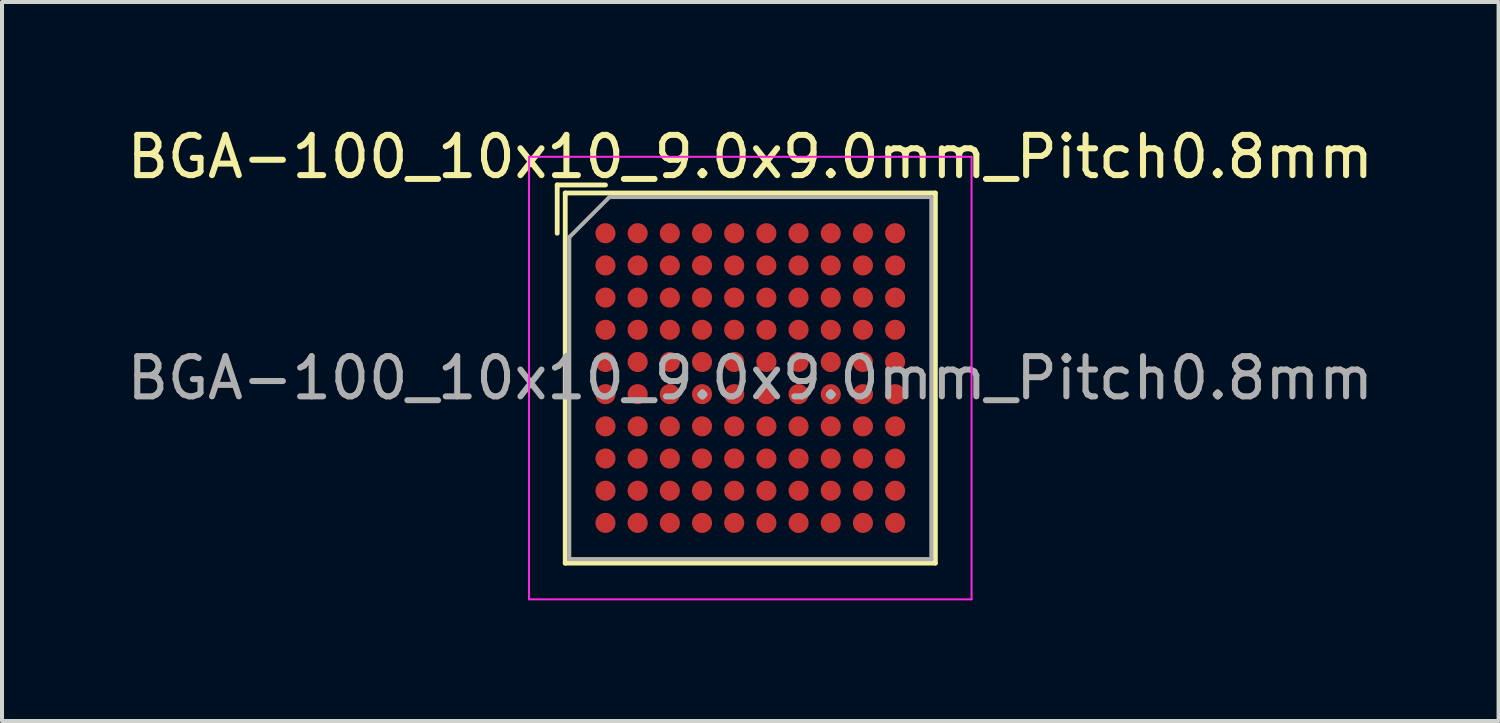
<source format=kicad_pcb>
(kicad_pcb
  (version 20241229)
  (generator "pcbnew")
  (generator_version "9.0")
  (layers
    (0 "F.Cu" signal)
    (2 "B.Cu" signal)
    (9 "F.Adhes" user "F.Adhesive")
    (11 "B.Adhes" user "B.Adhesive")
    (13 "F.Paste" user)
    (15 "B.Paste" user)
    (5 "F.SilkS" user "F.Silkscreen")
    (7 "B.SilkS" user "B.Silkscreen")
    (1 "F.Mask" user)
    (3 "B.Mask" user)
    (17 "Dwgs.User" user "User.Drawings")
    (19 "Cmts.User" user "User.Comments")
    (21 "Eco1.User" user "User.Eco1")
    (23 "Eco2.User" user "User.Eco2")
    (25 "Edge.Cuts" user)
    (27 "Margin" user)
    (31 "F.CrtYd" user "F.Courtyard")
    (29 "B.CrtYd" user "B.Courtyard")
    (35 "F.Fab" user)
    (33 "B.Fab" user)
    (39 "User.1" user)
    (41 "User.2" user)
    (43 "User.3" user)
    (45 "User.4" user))
  (footprint "BGA-100_10x10_9.0x9.0mm_Pitch0.8mm"
    (layer "F.Cu")
    (at 15.601 6.348)
    (property "Reference" "BGA-100_10x10_9.0x9.0mm_Pitch0.8mm" (at 0 -5.5 0) (layer "F.SilkS") (effects (font (size 1 1) (thickness 0.15))))
    (attr smd)
    (fp_line (start -4.8 -4.8) (end -3.6 -4.8) (stroke (width 0.12) (type solid)) (layer "F.SilkS"))
    (fp_line (start -4.8 -3.6) (end -4.8 -4.8) (stroke (width 0.12) (type solid)) (layer "F.SilkS"))
    (fp_line (start -4.6 -4.6) (end -4.6 4.6) (stroke (width 0.12) (type solid)) (layer "F.SilkS"))
    (fp_line (start -4.6 4.6) (end 4.6 4.6) (stroke (width 0.12) (type solid)) (layer "F.SilkS"))
    (fp_line (start 4.6 -4.6) (end -4.6 -4.6) (stroke (width 0.12) (type solid)) (layer "F.SilkS"))
    (fp_line (start 4.6 4.6) (end 4.6 -4.6) (stroke (width 0.12) (type solid)) (layer "F.SilkS"))
    (fp_line (start -5.5 -5.5) (end -5.5 5.5) (stroke (width 0.05) (type solid)) (layer "F.CrtYd"))
    (fp_line (start -5.5 -5.5) (end 5.5 -5.5) (stroke (width 0.05) (type solid)) (layer "F.CrtYd"))
    (fp_line (start 5.5 5.5) (end -5.5 5.5) (stroke (width 0.05) (type solid)) (layer "F.CrtYd"))
    (fp_line (start 5.5 5.5) (end 5.5 -5.5) (stroke (width 0.05) (type solid)) (layer "F.CrtYd"))
    (fp_line (start -4.5 -3.5) (end -4.5 4.5) (stroke (width 0.1) (type solid)) (layer "F.Fab"))
    (fp_line (start -4.5 4.5) (end 4.5 4.5) (stroke (width 0.1) (type solid)) (layer "F.Fab"))
    (fp_line (start -3.5 -4.5) (end -4.5 -3.5) (stroke (width 0.1) (type solid)) (layer "F.Fab"))
    (fp_line (start 4.5 -4.5) (end -3.5 -4.5) (stroke (width 0.1) (type solid)) (layer "F.Fab"))
    (fp_line (start 4.5 4.5) (end 4.5 -4.5) (stroke (width 0.1) (type solid)) (layer "F.Fab"))
    (fp_text user "${REFERENCE}" (at 0 0 0) (layer "F.Fab") (effects (font (size 1 1) (thickness 0.15))))
    (pad "A1" smd circle (at -3.6 -3.6) (size 0.5 0.5) (layers "F.Cu" "F.Mask" "F.Paste"))
    (pad "A2" smd circle (at -2.8 -3.6) (size 0.5 0.5) (layers "F.Cu" "F.Mask" "F.Paste"))
    (pad "A3" smd circle (at -2 -3.6) (size 0.5 0.5) (layers "F.Cu" "F.Mask" "F.Paste"))
    (pad "A4" smd circle (at -1.2 -3.6) (size 0.5 0.5) (layers "F.Cu" "F.Mask" "F.Paste"))
    (pad "A5" smd circle (at -0.4 -3.6) (size 0.5 0.5) (layers "F.Cu" "F.Mask" "F.Paste"))
    (pad "A6" smd circle (at 0.4 -3.6) (size 0.5 0.5) (layers "F.Cu" "F.Mask" "F.Paste"))
    (pad "A7" smd circle (at 1.2 -3.6) (size 0.5 0.5) (layers "F.Cu" "F.Mask" "F.Paste"))
    (pad "A8" smd circle (at 2 -3.6) (size 0.5 0.5) (layers "F.Cu" "F.Mask" "F.Paste"))
    (pad "A9" smd circle (at 2.8 -3.6) (size 0.5 0.5) (layers "F.Cu" "F.Mask" "F.Paste"))
    (pad "A10" smd circle (at 3.6 -3.6) (size 0.5 0.5) (layers "F.Cu" "F.Mask" "F.Paste"))
    (pad "B1" smd circle (at -3.6 -2.8) (size 0.5 0.5) (layers "F.Cu" "F.Mask" "F.Paste"))
    (pad "B2" smd circle (at -2.8 -2.8) (size 0.5 0.5) (layers "F.Cu" "F.Mask" "F.Paste"))
    (pad "B3" smd circle (at -2 -2.8) (size 0.5 0.5) (layers "F.Cu" "F.Mask" "F.Paste"))
    (pad "B4" smd circle (at -1.2 -2.8) (size 0.5 0.5) (layers "F.Cu" "F.Mask" "F.Paste"))
    (pad "B5" smd circle (at -0.4 -2.8) (size 0.5 0.5) (layers "F.Cu" "F.Mask" "F.Paste"))
    (pad "B6" smd circle (at 0.4 -2.8) (size 0.5 0.5) (layers "F.Cu" "F.Mask" "F.Paste"))
    (pad "B7" smd circle (at 1.2 -2.8) (size 0.5 0.5) (layers "F.Cu" "F.Mask" "F.Paste"))
    (pad "B8" smd circle (at 2 -2.8) (size 0.5 0.5) (layers "F.Cu" "F.Mask" "F.Paste"))
    (pad "B9" smd circle (at 2.8 -2.8) (size 0.5 0.5) (layers "F.Cu" "F.Mask" "F.Paste"))
    (pad "B10" smd circle (at 3.6 -2.8) (size 0.5 0.5) (layers "F.Cu" "F.Mask" "F.Paste"))
    (pad "C1" smd circle (at -3.6 -2) (size 0.5 0.5) (layers "F.Cu" "F.Mask" "F.Paste"))
    (pad "C2" smd circle (at -2.8 -2) (size 0.5 0.5) (layers "F.Cu" "F.Mask" "F.Paste"))
    (pad "C3" smd circle (at -2 -2) (size 0.5 0.5) (layers "F.Cu" "F.Mask" "F.Paste"))
    (pad "C4" smd circle (at -1.2 -2) (size 0.5 0.5) (layers "F.Cu" "F.Mask" "F.Paste"))
    (pad "C5" smd circle (at -0.4 -2) (size 0.5 0.5) (layers "F.Cu" "F.Mask" "F.Paste"))
    (pad "C6" smd circle (at 0.4 -2) (size 0.5 0.5) (layers "F.Cu" "F.Mask" "F.Paste"))
    (pad "C7" smd circle (at 1.2 -2) (size 0.5 0.5) (layers "F.Cu" "F.Mask" "F.Paste"))
    (pad "C8" smd circle (at 2 -2) (size 0.5 0.5) (layers "F.Cu" "F.Mask" "F.Paste"))
    (pad "C9" smd circle (at 2.8 -2) (size 0.5 0.5) (layers "F.Cu" "F.Mask" "F.Paste"))
    (pad "C10" smd circle (at 3.6 -2) (size 0.5 0.5) (layers "F.Cu" "F.Mask" "F.Paste"))
    (pad "D1" smd circle (at -3.6 -1.2) (size 0.5 0.5) (layers "F.Cu" "F.Mask" "F.Paste"))
    (pad "D2" smd circle (at -2.8 -1.2) (size 0.5 0.5) (layers "F.Cu" "F.Mask" "F.Paste"))
    (pad "D3" smd circle (at -2 -1.2) (size 0.5 0.5) (layers "F.Cu" "F.Mask" "F.Paste"))
    (pad "D4" smd circle (at -1.2 -1.2) (size 0.5 0.5) (layers "F.Cu" "F.Mask" "F.Paste"))
    (pad "D5" smd circle (at -0.4 -1.2) (size 0.5 0.5) (layers "F.Cu" "F.Mask" "F.Paste"))
    (pad "D6" smd circle (at 0.4 -1.2) (size 0.5 0.5) (layers "F.Cu" "F.Mask" "F.Paste"))
    (pad "D7" smd circle (at 1.2 -1.2) (size 0.5 0.5) (layers "F.Cu" "F.Mask" "F.Paste"))
    (pad "D8" smd circle (at 2 -1.2) (size 0.5 0.5) (layers "F.Cu" "F.Mask" "F.Paste"))
    (pad "D9" smd circle (at 2.8 -1.2) (size 0.5 0.5) (layers "F.Cu" "F.Mask" "F.Paste"))
    (pad "D10" smd circle (at 3.6 -1.2) (size 0.5 0.5) (layers "F.Cu" "F.Mask" "F.Paste"))
    (pad "E1" smd circle (at -3.6 -0.4) (size 0.5 0.5) (layers "F.Cu" "F.Mask" "F.Paste"))
    (pad "E2" smd circle (at -2.8 -0.4) (size 0.5 0.5) (layers "F.Cu" "F.Mask" "F.Paste"))
    (pad "E3" smd circle (at -2 -0.4) (size 0.5 0.5) (layers "F.Cu" "F.Mask" "F.Paste"))
    (pad "E4" smd circle (at -1.2 -0.4) (size 0.5 0.5) (layers "F.Cu" "F.Mask" "F.Paste"))
    (pad "E5" smd circle (at -0.4 -0.4) (size 0.5 0.5) (layers "F.Cu" "F.Mask" "F.Paste"))
    (pad "E6" smd circle (at 0.4 -0.4) (size 0.5 0.5) (layers "F.Cu" "F.Mask" "F.Paste"))
    (pad "E7" smd circle (at 1.2 -0.4) (size 0.5 0.5) (layers "F.Cu" "F.Mask" "F.Paste"))
    (pad "E8" smd circle (at 2 -0.4) (size 0.5 0.5) (layers "F.Cu" "F.Mask" "F.Paste"))
    (pad "E9" smd circle (at 2.8 -0.4) (size 0.5 0.5) (layers "F.Cu" "F.Mask" "F.Paste"))
    (pad "E10" smd circle (at 3.6 -0.4) (size 0.5 0.5) (layers "F.Cu" "F.Mask" "F.Paste"))
    (pad "F1" smd circle (at -3.6 0.4) (size 0.5 0.5) (layers "F.Cu" "F.Mask" "F.Paste"))
    (pad "F2" smd circle (at -2.8 0.4) (size 0.5 0.5) (layers "F.Cu" "F.Mask" "F.Paste"))
    (pad "F3" smd circle (at -2 0.4) (size 0.5 0.5) (layers "F.Cu" "F.Mask" "F.Paste"))
    (pad "F4" smd circle (at -1.2 0.4) (size 0.5 0.5) (layers "F.Cu" "F.Mask" "F.Paste"))
    (pad "F5" smd circle (at -0.4 0.4) (size 0.5 0.5) (layers "F.Cu" "F.Mask" "F.Paste"))
    (pad "F6" smd circle (at 0.4 0.4) (size 0.5 0.5) (layers "F.Cu" "F.Mask" "F.Paste"))
    (pad "F7" smd circle (at 1.2 0.4) (size 0.5 0.5) (layers "F.Cu" "F.Mask" "F.Paste"))
    (pad "F8" smd circle (at 2 0.4) (size 0.5 0.5) (layers "F.Cu" "F.Mask" "F.Paste"))
    (pad "F9" smd circle (at 2.8 0.4) (size 0.5 0.5) (layers "F.Cu" "F.Mask" "F.Paste"))
    (pad "F10" smd circle (at 3.6 0.4) (size 0.5 0.5) (layers "F.Cu" "F.Mask" "F.Paste"))
    (pad "G1" smd circle (at -3.6 1.2) (size 0.5 0.5) (layers "F.Cu" "F.Mask" "F.Paste"))
    (pad "G2" smd circle (at -2.8 1.2) (size 0.5 0.5) (layers "F.Cu" "F.Mask" "F.Paste"))
    (pad "G3" smd circle (at -2 1.2) (size 0.5 0.5) (layers "F.Cu" "F.Mask" "F.Paste"))
    (pad "G4" smd circle (at -1.2 1.2) (size 0.5 0.5) (layers "F.Cu" "F.Mask" "F.Paste"))
    (pad "G5" smd circle (at -0.4 1.2) (size 0.5 0.5) (layers "F.Cu" "F.Mask" "F.Paste"))
    (pad "G6" smd circle (at 0.4 1.2) (size 0.5 0.5) (layers "F.Cu" "F.Mask" "F.Paste"))
    (pad "G7" smd circle (at 1.2 1.2) (size 0.5 0.5) (layers "F.Cu" "F.Mask" "F.Paste"))
    (pad "G8" smd circle (at 2 1.2) (size 0.5 0.5) (layers "F.Cu" "F.Mask" "F.Paste"))
    (pad "G9" smd circle (at 2.8 1.2) (size 0.5 0.5) (layers "F.Cu" "F.Mask" "F.Paste"))
    (pad "G10" smd circle (at 3.6 1.2) (size 0.5 0.5) (layers "F.Cu" "F.Mask" "F.Paste"))
    (pad "H1" smd circle (at -3.6 2) (size 0.5 0.5) (layers "F.Cu" "F.Mask" "F.Paste"))
    (pad "H2" smd circle (at -2.8 2) (size 0.5 0.5) (layers "F.Cu" "F.Mask" "F.Paste"))
    (pad "H3" smd circle (at -2 2) (size 0.5 0.5) (layers "F.Cu" "F.Mask" "F.Paste"))
    (pad "H4" smd circle (at -1.2 2) (size 0.5 0.5) (layers "F.Cu" "F.Mask" "F.Paste"))
    (pad "H5" smd circle (at -0.4 2) (size 0.5 0.5) (layers "F.Cu" "F.Mask" "F.Paste"))
    (pad "H6" smd circle (at 0.4 2) (size 0.5 0.5) (layers "F.Cu" "F.Mask" "F.Paste"))
    (pad "H7" smd circle (at 1.2 2) (size 0.5 0.5) (layers "F.Cu" "F.Mask" "F.Paste"))
    (pad "H8" smd circle (at 2 2) (size 0.5 0.5) (layers "F.Cu" "F.Mask" "F.Paste"))
    (pad "H9" smd circle (at 2.8 2) (size 0.5 0.5) (layers "F.Cu" "F.Mask" "F.Paste"))
    (pad "H10" smd circle (at 3.6 2) (size 0.5 0.5) (layers "F.Cu" "F.Mask" "F.Paste"))
    (pad "J1" smd circle (at -3.6 2.8) (size 0.5 0.5) (layers "F.Cu" "F.Mask" "F.Paste"))
    (pad "J2" smd circle (at -2.8 2.8) (size 0.5 0.5) (layers "F.Cu" "F.Mask" "F.Paste"))
    (pad "J3" smd circle (at -2 2.8) (size 0.5 0.5) (layers "F.Cu" "F.Mask" "F.Paste"))
    (pad "J4" smd circle (at -1.2 2.8) (size 0.5 0.5) (layers "F.Cu" "F.Mask" "F.Paste"))
    (pad "J5" smd circle (at -0.4 2.8) (size 0.5 0.5) (layers "F.Cu" "F.Mask" "F.Paste"))
    (pad "J6" smd circle (at 0.4 2.8) (size 0.5 0.5) (layers "F.Cu" "F.Mask" "F.Paste"))
    (pad "J7" smd circle (at 1.2 2.8) (size 0.5 0.5) (layers "F.Cu" "F.Mask" "F.Paste"))
    (pad "J8" smd circle (at 2 2.8) (size 0.5 0.5) (layers "F.Cu" "F.Mask" "F.Paste"))
    (pad "J9" smd circle (at 2.8 2.8) (size 0.5 0.5) (layers "F.Cu" "F.Mask" "F.Paste"))
    (pad "J10" smd circle (at 3.6 2.8) (size 0.5 0.5) (layers "F.Cu" "F.Mask" "F.Paste"))
    (pad "K1" smd circle (at -3.6 3.6) (size 0.5 0.5) (layers "F.Cu" "F.Mask" "F.Paste"))
    (pad "K2" smd circle (at -2.8 3.6) (size 0.5 0.5) (layers "F.Cu" "F.Mask" "F.Paste"))
    (pad "K3" smd circle (at -2 3.6) (size 0.5 0.5) (layers "F.Cu" "F.Mask" "F.Paste"))
    (pad "K4" smd circle (at -1.2 3.6) (size 0.5 0.5) (layers "F.Cu" "F.Mask" "F.Paste"))
    (pad "K5" smd circle (at -0.4 3.6) (size 0.5 0.5) (layers "F.Cu" "F.Mask" "F.Paste"))
    (pad "K6" smd circle (at 0.4 3.6) (size 0.5 0.5) (layers "F.Cu" "F.Mask" "F.Paste"))
    (pad "K7" smd circle (at 1.2 3.6) (size 0.5 0.5) (layers "F.Cu" "F.Mask" "F.Paste"))
    (pad "K8" smd circle (at 2 3.6) (size 0.5 0.5) (layers "F.Cu" "F.Mask" "F.Paste"))
    (pad "K9" smd circle (at 2.8 3.6) (size 0.5 0.5) (layers "F.Cu" "F.Mask" "F.Paste"))
    (pad "K10" smd circle (at 3.6 3.6) (size 0.5 0.5) (layers "F.Cu" "F.Mask" "F.Paste")))
  (gr_rect
    (start -3 -3)
    (end 34.202 14.873)
    (stroke (width 0.1) (type default))
    (fill no)
    (layer "Edge.Cuts")))
</source>
